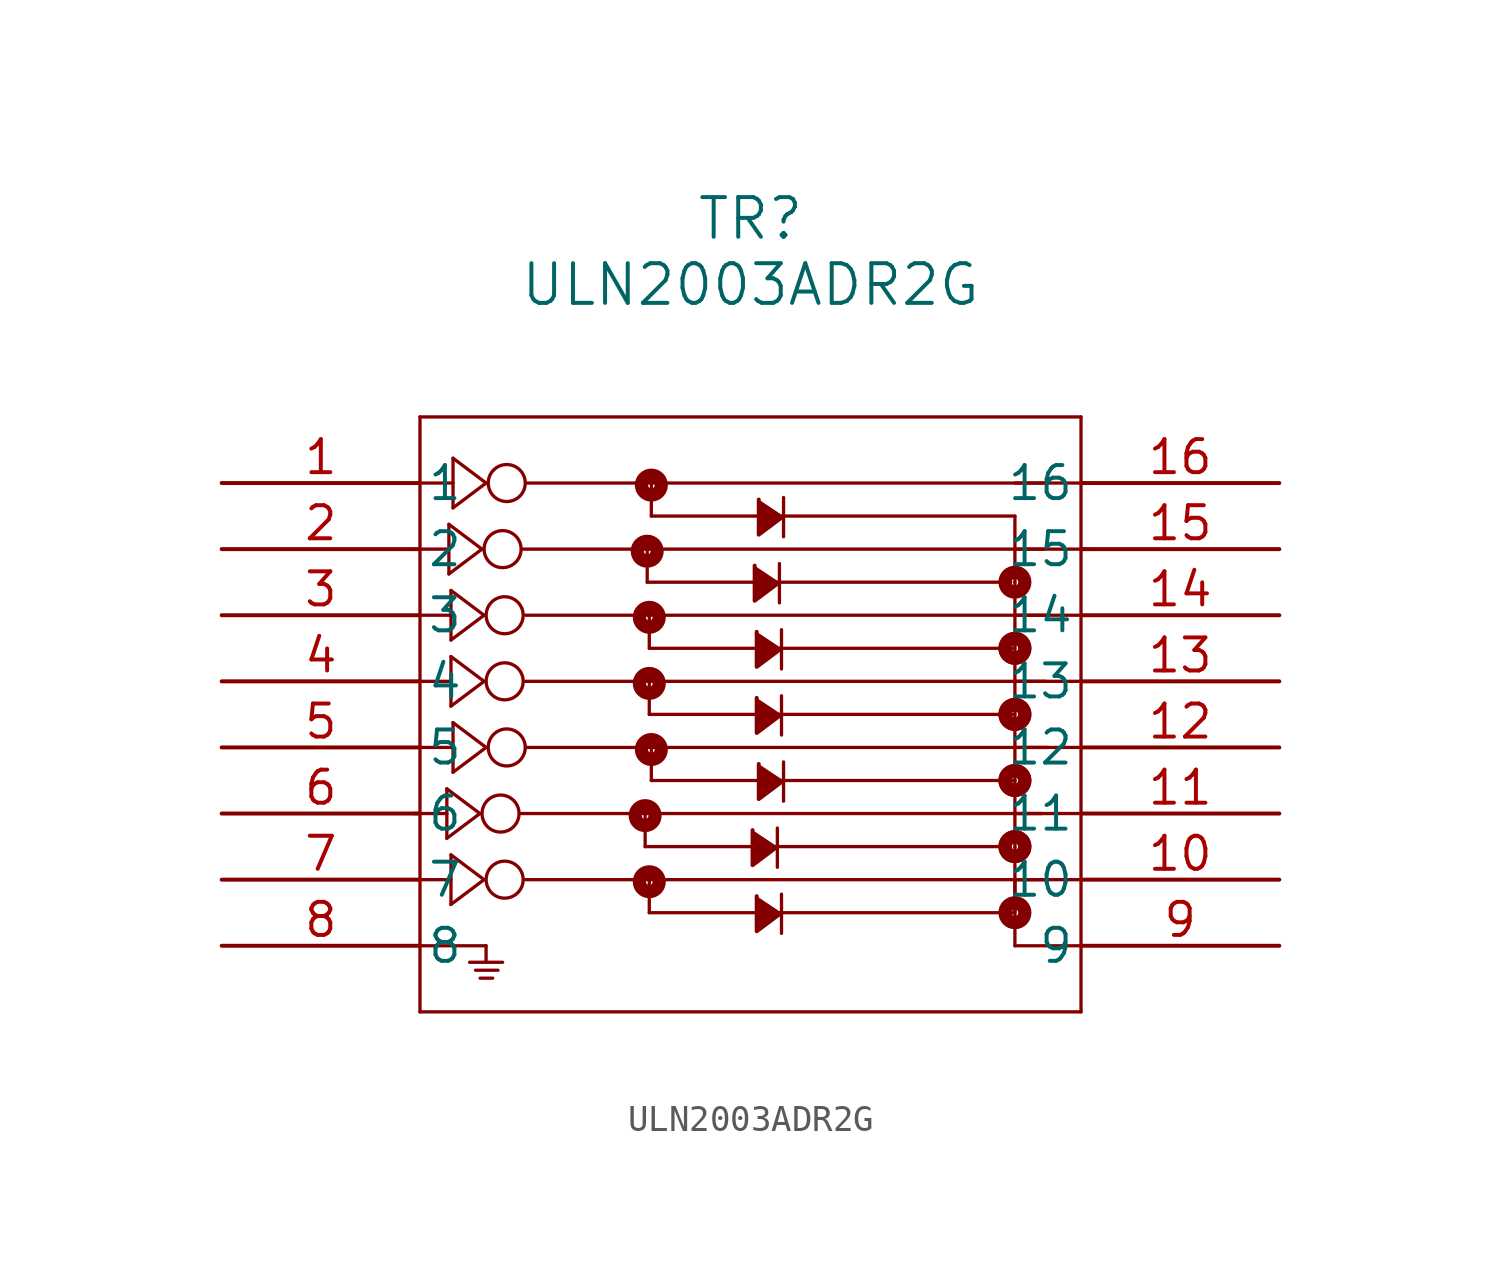
<source format=kicad_sym>
(kicad_symbol_lib
  (version 20211014)
  (generator kicad_symbol_editor)
  (symbol "ULN2003ADR2G"
    (pin_names
      (offset 0.254))
    (property "Reference" "TR"
      (at 20.32 10.16 0)
      (effects (font (size 1.524 1.524))))
    (property "Value" "ULN2003ADR2G"
      (at 20.32 7.62 0)
      (effects (font (size 1.524 1.524))))
    (symbol "ULN2003ADR2G_0_1"
      (polyline (pts (xy 7.62 2.54) (xy 7.62 -20.32)) (stroke (width 0.127) (type default) (color 0 0 0 0)) (fill (type none)))
      (polyline (pts (xy 7.62 -20.32) (xy 33.02 -20.32)) (stroke (width 0.127) (type default) (color 0 0 0 0)) (fill (type none)))
      (polyline (pts (xy 33.02 -20.32) (xy 33.02 2.54)) (stroke (width 0.127) (type default) (color 0 0 0 0)) (fill (type none)))
      (polyline (pts (xy 33.02 2.54) (xy 7.62 2.54)) (stroke (width 0.127) (type default) (color 0 0 0 0)) (fill (type none)))
      (polyline (pts (xy 33.02 -17.78) (xy 30.48 -17.78)) (stroke (width 0.127) (type default) (color 0 0 0 0)) (fill (type none)))
      (polyline (pts (xy 30.48 -17.78) (xy 30.48 -15.24)) (stroke (width 0.127) (type default) (color 0 0 0 0)) (fill (type none)))
      (polyline (pts (xy 33.02 -15.24) (xy 30.48 -15.24)) (stroke (width 0.127) (type default) (color 0 0 0 0)) (fill (type none)))
      (polyline (pts (xy 33.02 -12.7) (xy 30.48 -12.7)) (stroke (width 0.127) (type default) (color 0 0 0 0)) (fill (type none)))
      (polyline (pts (xy 33.02 -10.16) (xy 30.48 -10.16)) (stroke (width 0.127) (type default) (color 0 0 0 0)) (fill (type none)))
      (polyline (pts (xy 30.48 -7.62) (xy 33.02 -7.62)) (stroke (width 0.127) (type default) (color 0 0 0 0)) (fill (type none)))
      (polyline (pts (xy 30.48 -5.08) (xy 33.02 -5.08)) (stroke (width 0.127) (type default) (color 0 0 0 0)) (fill (type none)))
      (polyline (pts (xy 30.48 -2.54) (xy 33.337 -2.54)) (stroke (width 0.127) (type default) (color 0 0 0 0)) (fill (type none)))
      (polyline (pts (xy 30.48 0) (xy 33.337 0)) (stroke (width 0.127) (type default) (color 0 0 0 0)) (fill (type none)))
      (circle (center 30.48 -16.51) (radius 0.127) (stroke (width 0.508) (type default) (color 0 0 0 0)) (fill (type none)))
      (polyline (pts (xy 30.48 -16.51) (xy 30.48 -13.97)) (stroke (width 0.127) (type default) (color 0 0 0 0)) (fill (type none)))
      (circle (center 30.48 -13.97) (radius 0.127) (stroke (width 0.508) (type default) (color 0 0 0 0)) (fill (type none)))
      (circle (center 30.48 -13.97) (radius 0.127) (stroke (width 0.508) (type default) (color 0 0 0 0)) (fill (type none)))
      (polyline (pts (xy 30.48 -13.97) (xy 30.48 -11.43)) (stroke (width 0.127) (type default) (color 0 0 0 0)) (fill (type none)))
      (circle (center 30.48 -11.43) (radius 0.127) (stroke (width 0.508) (type default) (color 0 0 0 0)) (fill (type none)))
      (circle (center 30.48 -11.43) (radius 0.127) (stroke (width 0.508) (type default) (color 0 0 0 0)) (fill (type none)))
      (polyline (pts (xy 30.48 -11.43) (xy 30.48 -8.89)) (stroke (width 0.127) (type default) (color 0 0 0 0)) (fill (type none)))
      (circle (center 30.48 -8.89) (radius 0.127) (stroke (width 0.508) (type default) (color 0 0 0 0)) (fill (type none)))
      (circle (center 30.48 -8.89) (radius 0.127) (stroke (width 0.508) (type default) (color 0 0 0 0)) (fill (type none)))
      (polyline (pts (xy 30.48 -8.89) (xy 30.48 -6.35)) (stroke (width 0.127) (type default) (color 0 0 0 0)) (fill (type none)))
      (circle (center 30.48 -6.35) (radius 0.127) (stroke (width 0.508) (type default) (color 0 0 0 0)) (fill (type none)))
      (circle (center 30.48 -6.35) (radius 0.127) (stroke (width 0.508) (type default) (color 0 0 0 0)) (fill (type none)))
      (polyline (pts (xy 30.48 -6.35) (xy 30.48 -3.81)) (stroke (width 0.127) (type default) (color 0 0 0 0)) (fill (type none)))
      (circle (center 30.48 -3.81) (radius 0.127) (stroke (width 0.508) (type default) (color 0 0 0 0)) (fill (type none)))
      (polyline (pts (xy 30.48 -3.81) (xy 30.48 -1.27)) (stroke (width 0.127) (type default) (color 0 0 0 0)) (fill (type none)))
      (polyline (pts (xy 30.48 -1.27) (xy 16.51 -1.27)) (stroke (width 0.127) (type default) (color 0 0 0 0)) (fill (type none)))
      (polyline (pts (xy 16.51 -1.27) (xy 16.51 0)) (stroke (width 0.127) (type default) (color 0 0 0 0)) (fill (type none)))
      (polyline (pts (xy 16.51 0) (xy 31.75 0)) (stroke (width 0.127) (type default) (color 0 0 0 0)) (fill (type none)))
      (polyline (pts (xy 10.16 0) (xy 8.89 0.953)) (stroke (width 0.127) (type default) (color 0 0 0 0)) (fill (type none)))
      (polyline (pts (xy 8.89 0.953) (xy 8.89 -0.953)) (stroke (width 0.127) (type default) (color 0 0 0 0)) (fill (type none)))
      (polyline (pts (xy 10.16 0) (xy 8.89 -0.953)) (stroke (width 0.127) (type default) (color 0 0 0 0)) (fill (type none)))
      (circle (center 10.954 0) (radius 0.711) (stroke (width 0.127) (type default) (color 0 0 0 0)) (fill (type none)))
      (polyline (pts (xy 8.89 0) (xy 7.62 0)) (stroke (width 0.127) (type default) (color 0 0 0 0)) (fill (type none)))
      (polyline (pts (xy 11.748 0) (xy 16.51 0)) (stroke (width 0.127) (type default) (color 0 0 0 0)) (fill (type none)))
      (circle (center 16.51 -0.079) (radius 0.127) (stroke (width 0.508) (type default) (color 0 0 0 0)) (fill (type none)))
      (polyline (pts (xy 20.637 -0.635) (xy 20.637 -1.984) (xy 21.59 -1.27)) (stroke (width 0) (type default) (color 0 0 0 0)) (fill (type outline)))
      (polyline (pts (xy 21.59 -0.556) (xy 21.59 -2.064)) (stroke (width 0.127) (type default) (color 0 0 0 0)) (fill (type none)))
      (polyline (pts (xy 30.321 -3.81) (xy 16.351 -3.81)) (stroke (width 0.127) (type default) (color 0 0 0 0)) (fill (type none)))
      (polyline (pts (xy 16.351 -3.81) (xy 16.351 -2.54)) (stroke (width 0.127) (type default) (color 0 0 0 0)) (fill (type none)))
      (polyline (pts (xy 16.351 -2.54) (xy 31.591 -2.54)) (stroke (width 0.127) (type default) (color 0 0 0 0)) (fill (type none)))
      (polyline (pts (xy 10.001 -2.54) (xy 8.731 -1.587)) (stroke (width 0.127) (type default) (color 0 0 0 0)) (fill (type none)))
      (polyline (pts (xy 8.731 -1.587) (xy 8.731 -3.493)) (stroke (width 0.127) (type default) (color 0 0 0 0)) (fill (type none)))
      (polyline (pts (xy 10.001 -2.54) (xy 8.731 -3.493)) (stroke (width 0.127) (type default) (color 0 0 0 0)) (fill (type none)))
      (circle (center 10.795 -2.54) (radius 0.711) (stroke (width 0.127) (type default) (color 0 0 0 0)) (fill (type none)))
      (polyline (pts (xy 8.731 -2.54) (xy 7.461 -2.54)) (stroke (width 0.127) (type default) (color 0 0 0 0)) (fill (type none)))
      (polyline (pts (xy 11.589 -2.54) (xy 16.351 -2.54)) (stroke (width 0.127) (type default) (color 0 0 0 0)) (fill (type none)))
      (circle (center 16.351 -2.619) (radius 0.127) (stroke (width 0.508) (type default) (color 0 0 0 0)) (fill (type none)))
      (polyline (pts (xy 21.431 -3.096) (xy 21.431 -4.604)) (stroke (width 0.127) (type default) (color 0 0 0 0)) (fill (type none)))
      (polyline (pts (xy 20.479 -3.175) (xy 20.479 -4.524) (xy 21.431 -3.81)) (stroke (width 0) (type default) (color 0 0 0 0)) (fill (type outline)))
      (polyline (pts (xy 30.401 -6.35) (xy 16.431 -6.35)) (stroke (width 0.127) (type default) (color 0 0 0 0)) (fill (type none)))
      (polyline (pts (xy 16.431 -6.35) (xy 16.431 -5.08)) (stroke (width 0.127) (type default) (color 0 0 0 0)) (fill (type none)))
      (polyline (pts (xy 16.431 -5.08) (xy 31.671 -5.08)) (stroke (width 0.127) (type default) (color 0 0 0 0)) (fill (type none)))
      (polyline (pts (xy 10.081 -5.08) (xy 8.811 -4.128)) (stroke (width 0.127) (type default) (color 0 0 0 0)) (fill (type none)))
      (polyline (pts (xy 8.811 -4.128) (xy 8.811 -6.032)) (stroke (width 0.127) (type default) (color 0 0 0 0)) (fill (type none)))
      (polyline (pts (xy 10.081 -5.08) (xy 8.811 -6.032)) (stroke (width 0.127) (type default) (color 0 0 0 0)) (fill (type none)))
      (circle (center 10.874 -5.08) (radius 0.711) (stroke (width 0.127) (type default) (color 0 0 0 0)) (fill (type none)))
      (polyline (pts (xy 8.811 -5.08) (xy 7.541 -5.08)) (stroke (width 0.127) (type default) (color 0 0 0 0)) (fill (type none)))
      (polyline (pts (xy 11.668 -5.08) (xy 16.431 -5.08)) (stroke (width 0.127) (type default) (color 0 0 0 0)) (fill (type none)))
      (circle (center 16.431 -5.159) (radius 0.127) (stroke (width 0.508) (type default) (color 0 0 0 0)) (fill (type none)))
      (polyline (pts (xy 21.511 -5.636) (xy 21.511 -7.144)) (stroke (width 0.127) (type default) (color 0 0 0 0)) (fill (type none)))
      (polyline (pts (xy 20.558 -5.715) (xy 20.558 -7.064) (xy 21.511 -6.35)) (stroke (width 0) (type default) (color 0 0 0 0)) (fill (type outline)))
      (polyline (pts (xy 30.401 -8.89) (xy 16.431 -8.89)) (stroke (width 0.127) (type default) (color 0 0 0 0)) (fill (type none)))
      (polyline (pts (xy 16.431 -8.89) (xy 16.431 -7.62)) (stroke (width 0.127) (type default) (color 0 0 0 0)) (fill (type none)))
      (polyline (pts (xy 16.431 -7.62) (xy 31.671 -7.62)) (stroke (width 0.127) (type default) (color 0 0 0 0)) (fill (type none)))
      (polyline (pts (xy 10.081 -7.62) (xy 8.811 -6.668)) (stroke (width 0.127) (type default) (color 0 0 0 0)) (fill (type none)))
      (polyline (pts (xy 8.811 -6.668) (xy 8.811 -8.572)) (stroke (width 0.127) (type default) (color 0 0 0 0)) (fill (type none)))
      (polyline (pts (xy 10.081 -7.62) (xy 8.811 -8.572)) (stroke (width 0.127) (type default) (color 0 0 0 0)) (fill (type none)))
      (circle (center 10.874 -7.62) (radius 0.711) (stroke (width 0.127) (type default) (color 0 0 0 0)) (fill (type none)))
      (polyline (pts (xy 8.811 -7.62) (xy 7.541 -7.62)) (stroke (width 0.127) (type default) (color 0 0 0 0)) (fill (type none)))
      (polyline (pts (xy 11.668 -7.62) (xy 16.431 -7.62)) (stroke (width 0.127) (type default) (color 0 0 0 0)) (fill (type none)))
      (circle (center 16.431 -7.699) (radius 0.127) (stroke (width 0.508) (type default) (color 0 0 0 0)) (fill (type none)))
      (polyline (pts (xy 21.511 -8.176) (xy 21.511 -9.684)) (stroke (width 0.127) (type default) (color 0 0 0 0)) (fill (type none)))
      (polyline (pts (xy 20.558 -8.255) (xy 20.558 -9.604) (xy 21.511 -8.89)) (stroke (width 0) (type default) (color 0 0 0 0)) (fill (type outline)))
      (polyline (pts (xy 30.48 -11.43) (xy 16.51 -11.43)) (stroke (width 0.127) (type default) (color 0 0 0 0)) (fill (type none)))
      (polyline (pts (xy 16.51 -11.43) (xy 16.51 -10.16)) (stroke (width 0.127) (type default) (color 0 0 0 0)) (fill (type none)))
      (polyline (pts (xy 16.51 -10.16) (xy 31.75 -10.16)) (stroke (width 0.127) (type default) (color 0 0 0 0)) (fill (type none)))
      (polyline (pts (xy 10.16 -10.16) (xy 8.89 -9.207)) (stroke (width 0.127) (type default) (color 0 0 0 0)) (fill (type none)))
      (polyline (pts (xy 8.89 -9.207) (xy 8.89 -11.113)) (stroke (width 0.127) (type default) (color 0 0 0 0)) (fill (type none)))
      (polyline (pts (xy 10.16 -10.16) (xy 8.89 -11.113)) (stroke (width 0.127) (type default) (color 0 0 0 0)) (fill (type none)))
      (circle (center 10.954 -10.16) (radius 0.711) (stroke (width 0.127) (type default) (color 0 0 0 0)) (fill (type none)))
      (polyline (pts (xy 8.89 -10.16) (xy 7.62 -10.16)) (stroke (width 0.127) (type default) (color 0 0 0 0)) (fill (type none)))
      (polyline (pts (xy 11.748 -10.16) (xy 16.51 -10.16)) (stroke (width 0.127) (type default) (color 0 0 0 0)) (fill (type none)))
      (circle (center 16.51 -10.239) (radius 0.127) (stroke (width 0.508) (type default) (color 0 0 0 0)) (fill (type none)))
      (polyline (pts (xy 21.59 -10.716) (xy 21.59 -12.224)) (stroke (width 0.127) (type default) (color 0 0 0 0)) (fill (type none)))
      (polyline (pts (xy 20.637 -10.795) (xy 20.637 -12.144) (xy 21.59 -11.43)) (stroke (width 0) (type default) (color 0 0 0 0)) (fill (type outline)))
      (polyline (pts (xy 30.242 -13.97) (xy 16.272 -13.97)) (stroke (width 0.127) (type default) (color 0 0 0 0)) (fill (type none)))
      (polyline (pts (xy 16.272 -13.97) (xy 16.272 -12.7)) (stroke (width 0.127) (type default) (color 0 0 0 0)) (fill (type none)))
      (polyline (pts (xy 16.272 -12.7) (xy 31.512 -12.7)) (stroke (width 0.127) (type default) (color 0 0 0 0)) (fill (type none)))
      (polyline (pts (xy 9.922 -12.7) (xy 8.652 -11.748)) (stroke (width 0.127) (type default) (color 0 0 0 0)) (fill (type none)))
      (polyline (pts (xy 8.652 -11.748) (xy 8.652 -13.652)) (stroke (width 0.127) (type default) (color 0 0 0 0)) (fill (type none)))
      (polyline (pts (xy 9.922 -12.7) (xy 8.652 -13.652)) (stroke (width 0.127) (type default) (color 0 0 0 0)) (fill (type none)))
      (circle (center 10.716 -12.7) (radius 0.711) (stroke (width 0.127) (type default) (color 0 0 0 0)) (fill (type none)))
      (polyline (pts (xy 8.652 -12.7) (xy 7.382 -12.7)) (stroke (width 0.127) (type default) (color 0 0 0 0)) (fill (type none)))
      (polyline (pts (xy 11.509 -12.7) (xy 16.272 -12.7)) (stroke (width 0.127) (type default) (color 0 0 0 0)) (fill (type none)))
      (circle (center 16.272 -12.779) (radius 0.127) (stroke (width 0.508) (type default) (color 0 0 0 0)) (fill (type none)))
      (polyline (pts (xy 21.352 -13.256) (xy 21.352 -14.764)) (stroke (width 0.127) (type default) (color 0 0 0 0)) (fill (type none)))
      (polyline (pts (xy 20.399 -13.335) (xy 20.399 -14.684) (xy 21.352 -13.97)) (stroke (width 0) (type default) (color 0 0 0 0)) (fill (type outline)))
      (polyline (pts (xy 30.401 -16.51) (xy 16.431 -16.51)) (stroke (width 0.127) (type default) (color 0 0 0 0)) (fill (type none)))
      (polyline (pts (xy 16.431 -16.51) (xy 16.431 -15.24)) (stroke (width 0.127) (type default) (color 0 0 0 0)) (fill (type none)))
      (polyline (pts (xy 16.431 -15.24) (xy 31.671 -15.24)) (stroke (width 0.127) (type default) (color 0 0 0 0)) (fill (type none)))
      (polyline (pts (xy 10.081 -15.24) (xy 8.811 -14.287)) (stroke (width 0.127) (type default) (color 0 0 0 0)) (fill (type none)))
      (polyline (pts (xy 8.811 -14.287) (xy 8.811 -16.192)) (stroke (width 0.127) (type default) (color 0 0 0 0)) (fill (type none)))
      (polyline (pts (xy 10.081 -15.24) (xy 8.811 -16.192)) (stroke (width 0.127) (type default) (color 0 0 0 0)) (fill (type none)))
      (circle (center 10.874 -15.24) (radius 0.711) (stroke (width 0.127) (type default) (color 0 0 0 0)) (fill (type none)))
      (polyline (pts (xy 8.811 -15.24) (xy 7.541 -15.24)) (stroke (width 0.127) (type default) (color 0 0 0 0)) (fill (type none)))
      (polyline (pts (xy 11.668 -15.24) (xy 16.431 -15.24)) (stroke (width 0.127) (type default) (color 0 0 0 0)) (fill (type none)))
      (circle (center 16.431 -15.319) (radius 0.127) (stroke (width 0.508) (type default) (color 0 0 0 0)) (fill (type none)))
      (polyline (pts (xy 21.511 -15.796) (xy 21.511 -17.304)) (stroke (width 0.127) (type default) (color 0 0 0 0)) (fill (type none)))
      (polyline (pts (xy 20.558 -15.875) (xy 20.558 -17.224) (xy 21.511 -16.51)) (stroke (width 0) (type default) (color 0 0 0 0)) (fill (type outline)))
      (polyline (pts (xy 7.62 -17.78) (xy 10.16 -17.78)) (stroke (width 0.127) (type default) (color 0 0 0 0)) (fill (type none)))
      (polyline (pts (xy 10.16 -17.78) (xy 10.16 -18.415)) (stroke (width 0.127) (type default) (color 0 0 0 0)) (fill (type none)))
      (polyline (pts (xy 9.525 -18.415) (xy 10.795 -18.415)) (stroke (width 0.127) (type default) (color 0 0 0 0)) (fill (type none)))
      (polyline (pts (xy 9.754 -18.72) (xy 10.617 -18.72)) (stroke (width 0.127) (type default) (color 0 0 0 0)) (fill (type none)))
      (polyline (pts (xy 9.931 -19.025) (xy 10.414 -19.025)) (stroke (width 0.127) (type default) (color 0 0 0 0)) (fill (type none)))
      (pin unspecified line (at 0 0 0) (length 7.62) (name "1" (effects (font (size 1.27 1.27)))) (number "1" (effects (font (size 1.27 1.27)))))
      (pin unspecified line (at 0 -2.54 0) (length 7.62) (name "2" (effects (font (size 1.27 1.27)))) (number "2" (effects (font (size 1.27 1.27)))))
      (pin unspecified line (at 0 -5.08 0) (length 7.62) (name "3" (effects (font (size 1.27 1.27)))) (number "3" (effects (font (size 1.27 1.27)))))
      (pin unspecified line (at 0 -7.62 0) (length 7.62) (name "4" (effects (font (size 1.27 1.27)))) (number "4" (effects (font (size 1.27 1.27)))))
      (pin unspecified line (at 0 -10.16 0) (length 7.62) (name "5" (effects (font (size 1.27 1.27)))) (number "5" (effects (font (size 1.27 1.27)))))
      (pin unspecified line (at 0 -12.7 0) (length 7.62) (name "6" (effects (font (size 1.27 1.27)))) (number "6" (effects (font (size 1.27 1.27)))))
      (pin unspecified line (at 0 -15.24 0) (length 7.62) (name "7" (effects (font (size 1.27 1.27)))) (number "7" (effects (font (size 1.27 1.27)))))
      (pin unspecified line (at 0 -17.78 0) (length 7.62) (name "8" (effects (font (size 1.27 1.27)))) (number "8" (effects (font (size 1.27 1.27)))))
      (pin unspecified line (at 40.64 -17.78 180) (length 7.62) (name "9" (effects (font (size 1.27 1.27)))) (number "9" (effects (font (size 1.27 1.27)))))
      (pin unspecified line (at 40.64 -15.24 180) (length 7.62) (name "10" (effects (font (size 1.27 1.27)))) (number "10" (effects (font (size 1.27 1.27)))))
      (pin unspecified line (at 40.64 -12.7 180) (length 7.62) (name "11" (effects (font (size 1.27 1.27)))) (number "11" (effects (font (size 1.27 1.27)))))
      (pin unspecified line (at 40.64 -10.16 180) (length 7.62) (name "12" (effects (font (size 1.27 1.27)))) (number "12" (effects (font (size 1.27 1.27)))))
      (pin unspecified line (at 40.64 -7.62 180) (length 7.62) (name "13" (effects (font (size 1.27 1.27)))) (number "13" (effects (font (size 1.27 1.27)))))
      (pin unspecified line (at 40.64 -5.08 180) (length 7.62) (name "14" (effects (font (size 1.27 1.27)))) (number "14" (effects (font (size 1.27 1.27)))))
      (pin unspecified line (at 40.64 -2.54 180) (length 7.62) (name "15" (effects (font (size 1.27 1.27)))) (number "15" (effects (font (size 1.27 1.27)))))
      (pin unspecified line (at 40.64 0 180) (length 7.62) (name "16" (effects (font (size 1.27 1.27)))) (number "16" (effects (font (size 1.27 1.27))))))))
</source>
